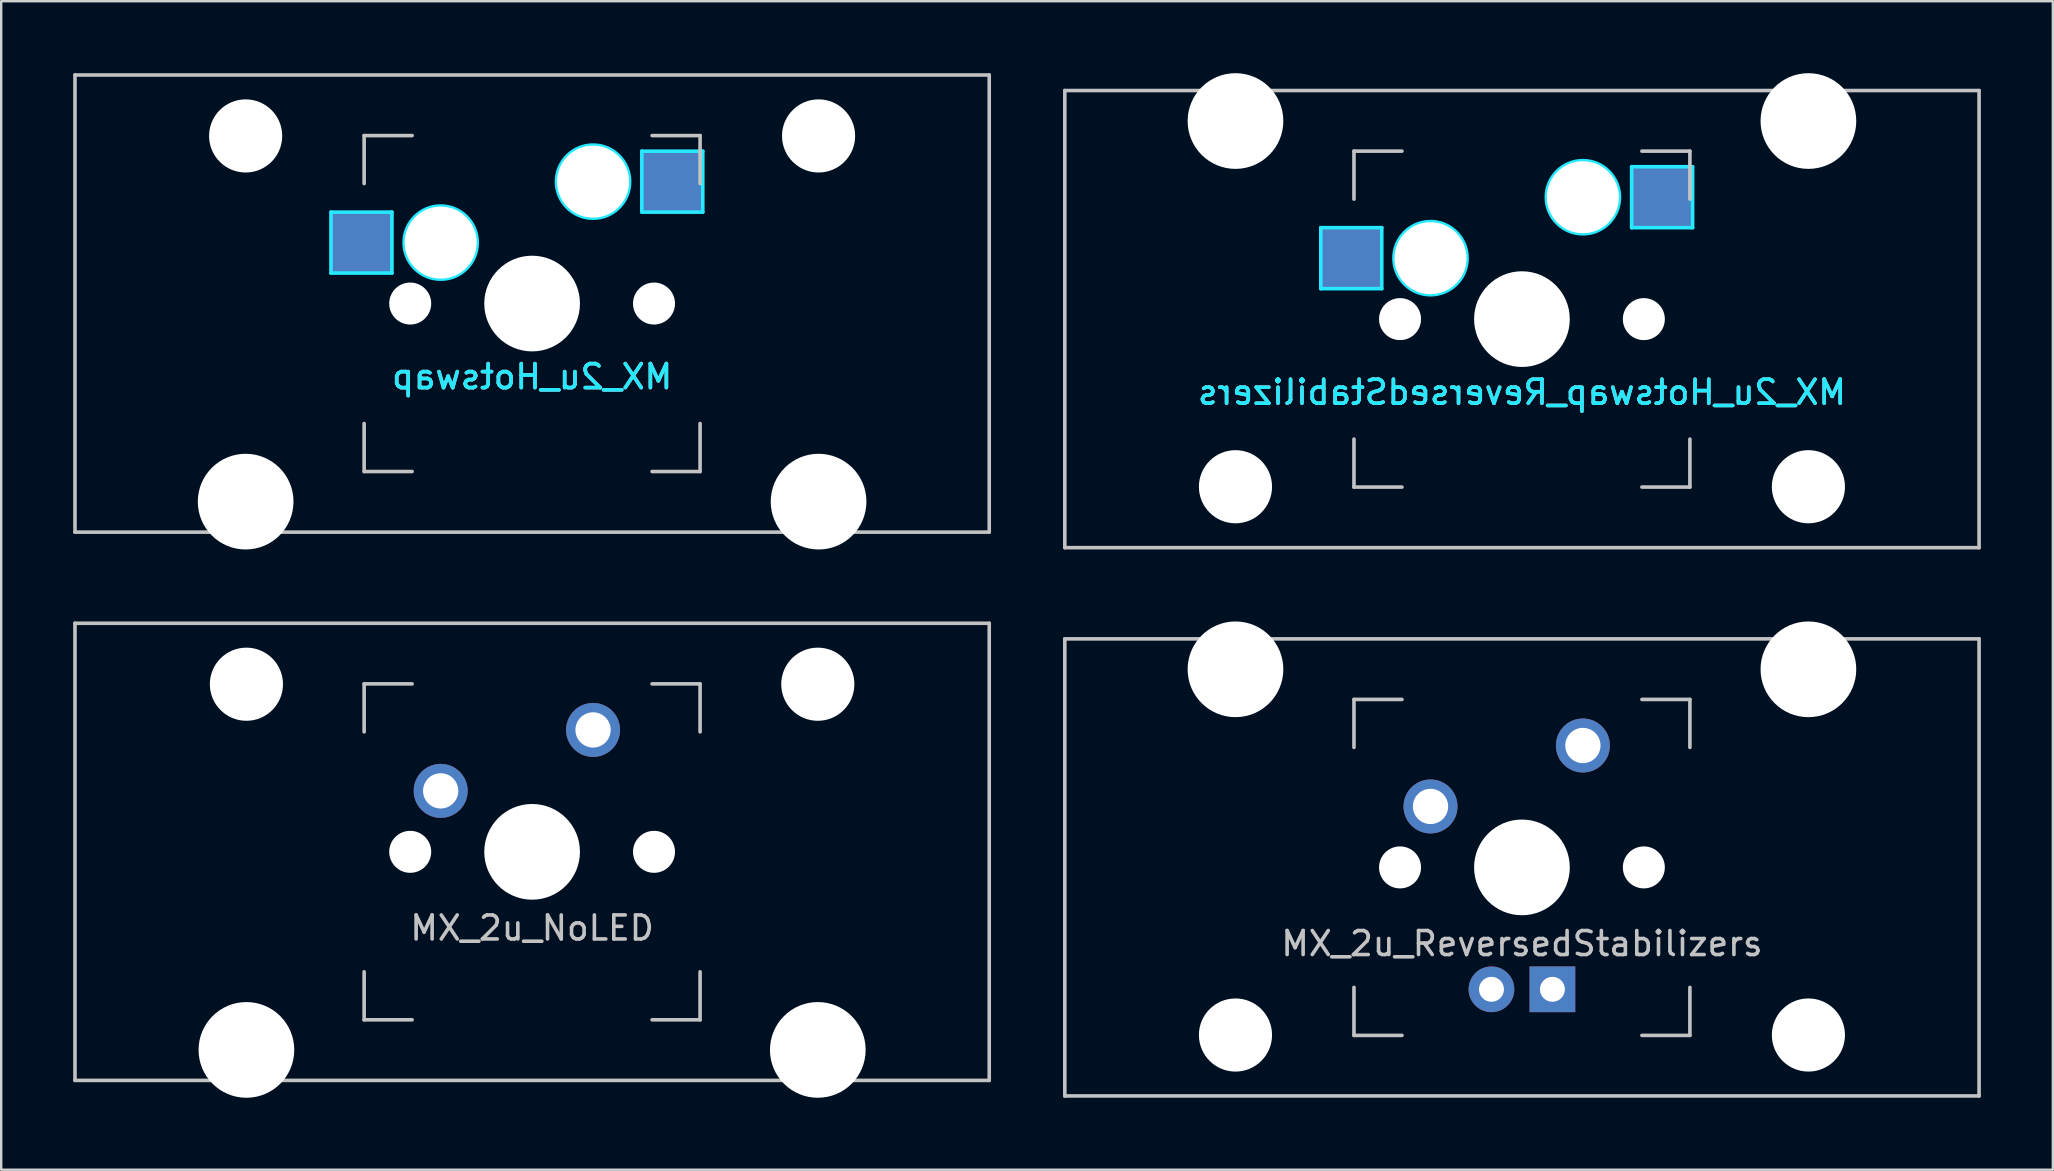
<source format=kicad_pcb>
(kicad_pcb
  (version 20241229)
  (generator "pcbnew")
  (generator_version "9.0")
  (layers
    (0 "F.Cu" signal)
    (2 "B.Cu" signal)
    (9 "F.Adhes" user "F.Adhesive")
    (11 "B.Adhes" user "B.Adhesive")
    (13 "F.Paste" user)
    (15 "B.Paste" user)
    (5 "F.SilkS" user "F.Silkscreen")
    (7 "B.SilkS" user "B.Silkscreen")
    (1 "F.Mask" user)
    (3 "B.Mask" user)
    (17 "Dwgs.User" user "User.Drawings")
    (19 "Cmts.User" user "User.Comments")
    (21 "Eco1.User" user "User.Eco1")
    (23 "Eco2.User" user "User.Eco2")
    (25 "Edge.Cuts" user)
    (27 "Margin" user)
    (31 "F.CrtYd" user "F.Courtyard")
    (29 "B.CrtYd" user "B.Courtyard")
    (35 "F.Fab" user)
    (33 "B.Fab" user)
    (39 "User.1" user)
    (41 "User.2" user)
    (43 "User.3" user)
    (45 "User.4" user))
  (footprint "MX_2u_ReversedStabilizers"
    (layer "F.Cu")
    (at 60.375 33.098)
    (property "Reference" "MX_2u_ReversedStabilizers" (at 0 3.175 0) (layer "Dwgs.User") (effects (font (size 1 1) (thickness 0.15))))
    (attr through_hole)
    (fp_line (start -19.05 -9.525) (end 19.05 -9.525) (stroke (width 0.15) (type solid)) (layer "Dwgs.User"))
    (fp_line (start -19.05 9.525) (end -19.05 -9.525) (stroke (width 0.15) (type solid)) (layer "Dwgs.User"))
    (fp_line (start -19.05 9.525) (end 19.05 9.525) (stroke (width 0.15) (type solid)) (layer "Dwgs.User"))
    (fp_line (start -7 -7) (end -7 -5) (stroke (width 0.15) (type solid)) (layer "Dwgs.User"))
    (fp_line (start -7 5) (end -7 7) (stroke (width 0.15) (type solid)) (layer "Dwgs.User"))
    (fp_line (start -7 7) (end -5 7) (stroke (width 0.15) (type solid)) (layer "Dwgs.User"))
    (fp_line (start -5 -7) (end -7 -7) (stroke (width 0.15) (type solid)) (layer "Dwgs.User"))
    (fp_line (start 5 -7) (end 7 -7) (stroke (width 0.15) (type solid)) (layer "Dwgs.User"))
    (fp_line (start 5 7) (end 7 7) (stroke (width 0.15) (type solid)) (layer "Dwgs.User"))
    (fp_line (start 7 -7) (end 7 -5) (stroke (width 0.15) (type solid)) (layer "Dwgs.User"))
    (fp_line (start 7 7) (end 7 5) (stroke (width 0.15) (type solid)) (layer "Dwgs.User"))
    (fp_line (start 19.05 -9.525) (end 19.05 9.525) (stroke (width 0.15) (type solid)) (layer "Dwgs.User"))
    (pad "" np_thru_hole circle (at -11.938 -8.255) (size 3.988 3.988) (drill 3.988) (layers "*.Cu" "*.Mask"))
    (pad "" np_thru_hole circle (at -11.938 6.985) (size 3.048 3.048) (drill 3.048) (layers "*.Cu" "*.Mask"))
    (pad "" np_thru_hole circle (at -5.08 0 48.1) (size 1.75 1.75) (drill 1.75) (layers "*.Cu" "*.Mask"))
    (pad "" np_thru_hole circle (at 0 0) (size 3.988 3.988) (drill 3.988) (layers "*.Cu" "*.Mask"))
    (pad "" np_thru_hole circle (at 5.08 0 48.1) (size 1.75 1.75) (drill 1.75) (layers "*.Cu" "*.Mask"))
    (pad "" np_thru_hole circle (at 11.938 -8.255) (size 3.988 3.988) (drill 3.988) (layers "*.Cu" "*.Mask"))
    (pad "" np_thru_hole circle (at 11.938 6.985) (size 3.048 3.048) (drill 3.048) (layers "*.Cu" "*.Mask"))
    (pad "1" thru_hole circle (at -3.81 -2.54) (size 2.25 2.25) (drill 1.47) (layers "*.Cu" "B.Mask"))
    (pad "2" thru_hole circle (at 2.54 -5.08) (size 2.25 2.25) (drill 1.47) (layers "*.Cu" "B.Mask"))
    (pad "3" thru_hole circle (at -1.27 5.08) (size 1.905 1.905) (drill 1.04) (layers "*.Cu" "B.Mask"))
    (pad "4" thru_hole rect (at 1.27 5.08) (size 1.905 1.905) (drill 1.04) (layers "*.Cu" "B.Mask")))
  (footprint "MX_2u_Hotswap"
    (layer "F.Cu")
    (at 19.125 9.6)
    (property "Reference" "MX_2u_Hotswap" (at 0 3.048 0) (layer "B.CrtYd") (effects (font (size 1 1) (thickness 0.15)) (justify mirror)))
    (attr smd)
    (fp_line (start -19.05 -9.525) (end 19.05 -9.525) (stroke (width 0.15) (type solid)) (layer "Dwgs.User"))
    (fp_line (start -19.05 9.525) (end -19.05 -9.525) (stroke (width 0.15) (type solid)) (layer "Dwgs.User"))
    (fp_line (start -7 -7) (end -7 -5) (stroke (width 0.15) (type solid)) (layer "Dwgs.User"))
    (fp_line (start -7 5) (end -7 7) (stroke (width 0.15) (type solid)) (layer "Dwgs.User"))
    (fp_line (start -7 7) (end -5 7) (stroke (width 0.15) (type solid)) (layer "Dwgs.User"))
    (fp_line (start -5 -7) (end -7 -7) (stroke (width 0.15) (type solid)) (layer "Dwgs.User"))
    (fp_line (start 5 -7) (end 7 -7) (stroke (width 0.15) (type solid)) (layer "Dwgs.User"))
    (fp_line (start 5 7) (end 7 7) (stroke (width 0.15) (type solid)) (layer "Dwgs.User"))
    (fp_line (start 7 -7) (end 7 -5) (stroke (width 0.15) (type solid)) (layer "Dwgs.User"))
    (fp_line (start 7 7) (end 7 5) (stroke (width 0.15) (type solid)) (layer "Dwgs.User"))
    (fp_line (start 19.05 -9.525) (end 19.05 9.525) (stroke (width 0.15) (type solid)) (layer "Dwgs.User"))
    (fp_line (start 19.05 9.525) (end -19.05 9.525) (stroke (width 0.15) (type solid)) (layer "Dwgs.User"))
    (fp_line (start -8.382 -3.81) (end -5.842 -3.81) (stroke (width 0.15) (type solid)) (layer "B.CrtYd"))
    (fp_line (start -8.382 -1.27) (end -8.382 -3.81) (stroke (width 0.15) (type solid)) (layer "B.CrtYd"))
    (fp_line (start -5.842 -3.81) (end -5.842 -1.27) (stroke (width 0.15) (type solid)) (layer "B.CrtYd"))
    (fp_line (start -5.842 -1.27) (end -8.382 -1.27) (stroke (width 0.15) (type solid)) (layer "B.CrtYd"))
    (fp_line (start 4.572 -6.35) (end 7.112 -6.35) (stroke (width 0.15) (type solid)) (layer "B.CrtYd"))
    (fp_line (start 4.572 -3.81) (end 4.572 -6.35) (stroke (width 0.15) (type solid)) (layer "B.CrtYd"))
    (fp_line (start 7.112 -6.35) (end 7.112 -3.81) (stroke (width 0.15) (type solid)) (layer "B.CrtYd"))
    (fp_line (start 7.112 -3.81) (end 4.572 -3.81) (stroke (width 0.15) (type solid)) (layer "B.CrtYd"))
    (fp_circle (center -3.81 -2.54) (end -3.81 -4.064) (stroke (width 0.15) (type solid)) (fill no) (layer "B.CrtYd"))
    (fp_circle (center 2.54 -5.08) (end 2.54 -6.604) (stroke (width 0.15) (type solid)) (fill no) (layer "B.CrtYd"))
    (fp_text user "${REFERENCE}" (at 0 3.048 0) (layer "B.SilkS") (effects (font (size 1 1) (thickness 0.15)) (justify mirror)))
    (pad "" np_thru_hole circle (at -11.938 -6.985) (size 3.048 3.048) (drill 3.048) (layers "*.Cu" "*.Mask"))
    (pad "" np_thru_hole circle (at -11.938 8.255) (size 3.988 3.988) (drill 3.988) (layers "*.Cu" "*.Mask"))
    (pad "" np_thru_hole circle (at -5.08 0 48.1) (size 1.75 1.75) (drill 1.75) (layers "*.Cu" "*.Mask"))
    (pad "" np_thru_hole circle (at -3.81 -2.54) (size 3 3) (drill 3) (layers "*.Cu" "*.Mask"))
    (pad "" np_thru_hole circle (at 0 0) (size 3.988 3.988) (drill 3.988) (layers "*.Cu" "*.Mask"))
    (pad "" np_thru_hole circle (at 2.54 -5.08) (size 3 3) (drill 3) (layers "*.Cu" "*.Mask"))
    (pad "" np_thru_hole circle (at 5.08 0 48.1) (size 1.75 1.75) (drill 1.75) (layers "*.Cu" "*.Mask"))
    (pad "" np_thru_hole circle (at 11.938 -6.985) (size 3.048 3.048) (drill 3.048) (layers "*.Cu" "*.Mask"))
    (pad "" np_thru_hole circle (at 11.938 8.255) (size 3.988 3.988) (drill 3.988) (layers "*.Cu" "*.Mask"))
    (pad "1" smd rect (at -7.085 -2.54) (size 2.55 2.5) (layers "B.Cu" "B.Mask" "B.Paste"))
    (pad "2" smd rect (at 5.842 -5.08) (size 2.55 2.5) (layers "B.Cu" "B.Mask" "B.Paste")))
  (footprint "MX_2u_Hotswap_ReversedStabilizers"
    (layer "F.Cu")
    (at 60.375 10.249)
    (property "Reference" "MX_2u_Hotswap_ReversedStabilizers" (at 0 3.048 0) (layer "B.CrtYd") (effects (font (size 1 1) (thickness 0.15)) (justify mirror)))
    (attr smd)
    (fp_line (start -19.05 -9.525) (end 19.05 -9.525) (stroke (width 0.15) (type solid)) (layer "Dwgs.User"))
    (fp_line (start -19.05 9.525) (end -19.05 -9.525) (stroke (width 0.15) (type solid)) (layer "Dwgs.User"))
    (fp_line (start -7 -7) (end -7 -5) (stroke (width 0.15) (type solid)) (layer "Dwgs.User"))
    (fp_line (start -7 5) (end -7 7) (stroke (width 0.15) (type solid)) (layer "Dwgs.User"))
    (fp_line (start -7 7) (end -5 7) (stroke (width 0.15) (type solid)) (layer "Dwgs.User"))
    (fp_line (start -5 -7) (end -7 -7) (stroke (width 0.15) (type solid)) (layer "Dwgs.User"))
    (fp_line (start 5 -7) (end 7 -7) (stroke (width 0.15) (type solid)) (layer "Dwgs.User"))
    (fp_line (start 5 7) (end 7 7) (stroke (width 0.15) (type solid)) (layer "Dwgs.User"))
    (fp_line (start 7 -7) (end 7 -5) (stroke (width 0.15) (type solid)) (layer "Dwgs.User"))
    (fp_line (start 7 7) (end 7 5) (stroke (width 0.15) (type solid)) (layer "Dwgs.User"))
    (fp_line (start 19.05 -9.525) (end 19.05 9.525) (stroke (width 0.15) (type solid)) (layer "Dwgs.User"))
    (fp_line (start 19.05 9.525) (end -19.05 9.525) (stroke (width 0.15) (type solid)) (layer "Dwgs.User"))
    (fp_line (start -8.382 -3.81) (end -5.842 -3.81) (stroke (width 0.15) (type solid)) (layer "B.CrtYd"))
    (fp_line (start -8.382 -1.27) (end -8.382 -3.81) (stroke (width 0.15) (type solid)) (layer "B.CrtYd"))
    (fp_line (start -5.842 -3.81) (end -5.842 -1.27) (stroke (width 0.15) (type solid)) (layer "B.CrtYd"))
    (fp_line (start -5.842 -1.27) (end -8.382 -1.27) (stroke (width 0.15) (type solid)) (layer "B.CrtYd"))
    (fp_line (start 4.572 -6.35) (end 7.112 -6.35) (stroke (width 0.15) (type solid)) (layer "B.CrtYd"))
    (fp_line (start 4.572 -3.81) (end 4.572 -6.35) (stroke (width 0.15) (type solid)) (layer "B.CrtYd"))
    (fp_line (start 7.112 -6.35) (end 7.112 -3.81) (stroke (width 0.15) (type solid)) (layer "B.CrtYd"))
    (fp_line (start 7.112 -3.81) (end 4.572 -3.81) (stroke (width 0.15) (type solid)) (layer "B.CrtYd"))
    (fp_circle (center -3.81 -2.54) (end -3.81 -4.064) (stroke (width 0.15) (type solid)) (fill no) (layer "B.CrtYd"))
    (fp_circle (center 2.54 -5.08) (end 2.54 -6.604) (stroke (width 0.15) (type solid)) (fill no) (layer "B.CrtYd"))
    (fp_text user "${REFERENCE}" (at 0 3.048 0) (layer "B.SilkS") (effects (font (size 1 1) (thickness 0.15)) (justify mirror)))
    (pad "" np_thru_hole circle (at -11.938 -8.255) (size 3.988 3.988) (drill 3.988) (layers "*.Cu" "*.Mask"))
    (pad "" np_thru_hole circle (at -11.938 6.985) (size 3.048 3.048) (drill 3.048) (layers "*.Cu" "*.Mask"))
    (pad "" np_thru_hole circle (at -5.08 0 48.1) (size 1.75 1.75) (drill 1.75) (layers "*.Cu" "*.Mask"))
    (pad "" np_thru_hole circle (at -3.81 -2.54) (size 3 3) (drill 3) (layers "*.Cu" "*.Mask"))
    (pad "" np_thru_hole circle (at 0 0) (size 3.988 3.988) (drill 3.988) (layers "*.Cu" "*.Mask"))
    (pad "" np_thru_hole circle (at 2.54 -5.08) (size 3 3) (drill 3) (layers "*.Cu" "*.Mask"))
    (pad "" np_thru_hole circle (at 5.08 0 48.1) (size 1.75 1.75) (drill 1.75) (layers "*.Cu" "*.Mask"))
    (pad "" np_thru_hole circle (at 11.938 -8.255) (size 3.988 3.988) (drill 3.988) (layers "*.Cu" "*.Mask"))
    (pad "" np_thru_hole circle (at 11.938 6.985) (size 3.048 3.048) (drill 3.048) (layers "*.Cu" "*.Mask"))
    (pad "1" smd rect (at -7.085 -2.54) (size 2.55 2.5) (layers "B.Cu" "B.Mask" "B.Paste"))
    (pad "2" smd rect (at 5.842 -5.08) (size 2.55 2.5) (layers "B.Cu" "B.Mask" "B.Paste")))
  (footprint "MX_2u_NoLED"
    (layer "F.Cu")
    (at 19.125 32.449)
    (property "Reference" "MX_2u_NoLED" (at 0 3.175 0) (layer "Dwgs.User") (effects (font (size 1 1) (thickness 0.15))))
    (attr through_hole)
    (fp_line (start -19.05 -9.525) (end 19.05 -9.525) (stroke (width 0.15) (type solid)) (layer "Dwgs.User"))
    (fp_line (start -19.05 9.525) (end -19.05 -9.525) (stroke (width 0.15) (type solid)) (layer "Dwgs.User"))
    (fp_line (start -19.05 9.525) (end 19.05 9.525) (stroke (width 0.15) (type solid)) (layer "Dwgs.User"))
    (fp_line (start -7 -7) (end -7 -5) (stroke (width 0.15) (type solid)) (layer "Dwgs.User"))
    (fp_line (start -7 5) (end -7 7) (stroke (width 0.15) (type solid)) (layer "Dwgs.User"))
    (fp_line (start -7 7) (end -5 7) (stroke (width 0.15) (type solid)) (layer "Dwgs.User"))
    (fp_line (start -5 -7) (end -7 -7) (stroke (width 0.15) (type solid)) (layer "Dwgs.User"))
    (fp_line (start 5 -7) (end 7 -7) (stroke (width 0.15) (type solid)) (layer "Dwgs.User"))
    (fp_line (start 5 7) (end 7 7) (stroke (width 0.15) (type solid)) (layer "Dwgs.User"))
    (fp_line (start 7 -7) (end 7 -5) (stroke (width 0.15) (type solid)) (layer "Dwgs.User"))
    (fp_line (start 7 7) (end 7 5) (stroke (width 0.15) (type solid)) (layer "Dwgs.User"))
    (fp_line (start 19.05 -9.525) (end 19.05 9.525) (stroke (width 0.15) (type solid)) (layer "Dwgs.User"))
    (pad "" np_thru_hole circle (at -11.906 -6.985) (size 3.048 3.048) (drill 3.048) (layers "*.Cu" "*.Mask"))
    (pad "" np_thru_hole circle (at -11.906 8.255) (size 3.988 3.988) (drill 3.988) (layers "*.Cu" "*.Mask"))
    (pad "" np_thru_hole circle (at -5.08 0 48.1) (size 1.75 1.75) (drill 1.75) (layers "*.Cu" "*.Mask"))
    (pad "" np_thru_hole circle (at 0 0) (size 3.988 3.988) (drill 3.988) (layers "*.Cu" "*.Mask"))
    (pad "" np_thru_hole circle (at 5.08 0 48.1) (size 1.75 1.75) (drill 1.75) (layers "*.Cu" "*.Mask"))
    (pad "" np_thru_hole circle (at 11.906 -6.985) (size 3.048 3.048) (drill 3.048) (layers "*.Cu" "*.Mask"))
    (pad "" np_thru_hole circle (at 11.906 8.255) (size 3.988 3.988) (drill 3.988) (layers "*.Cu" "*.Mask"))
    (pad "1" thru_hole circle (at -3.81 -2.54) (size 2.25 2.25) (drill 1.47) (layers "*.Cu" "B.Mask"))
    (pad "2" thru_hole circle (at 2.54 -5.08) (size 2.25 2.25) (drill 1.47) (layers "*.Cu" "B.Mask")))
  (gr_rect
    (start -3 -3)
    (end 82.5 45.698)
    (stroke (width 0.1) (type default))
    (fill no)
    (layer "Edge.Cuts")))
</source>
